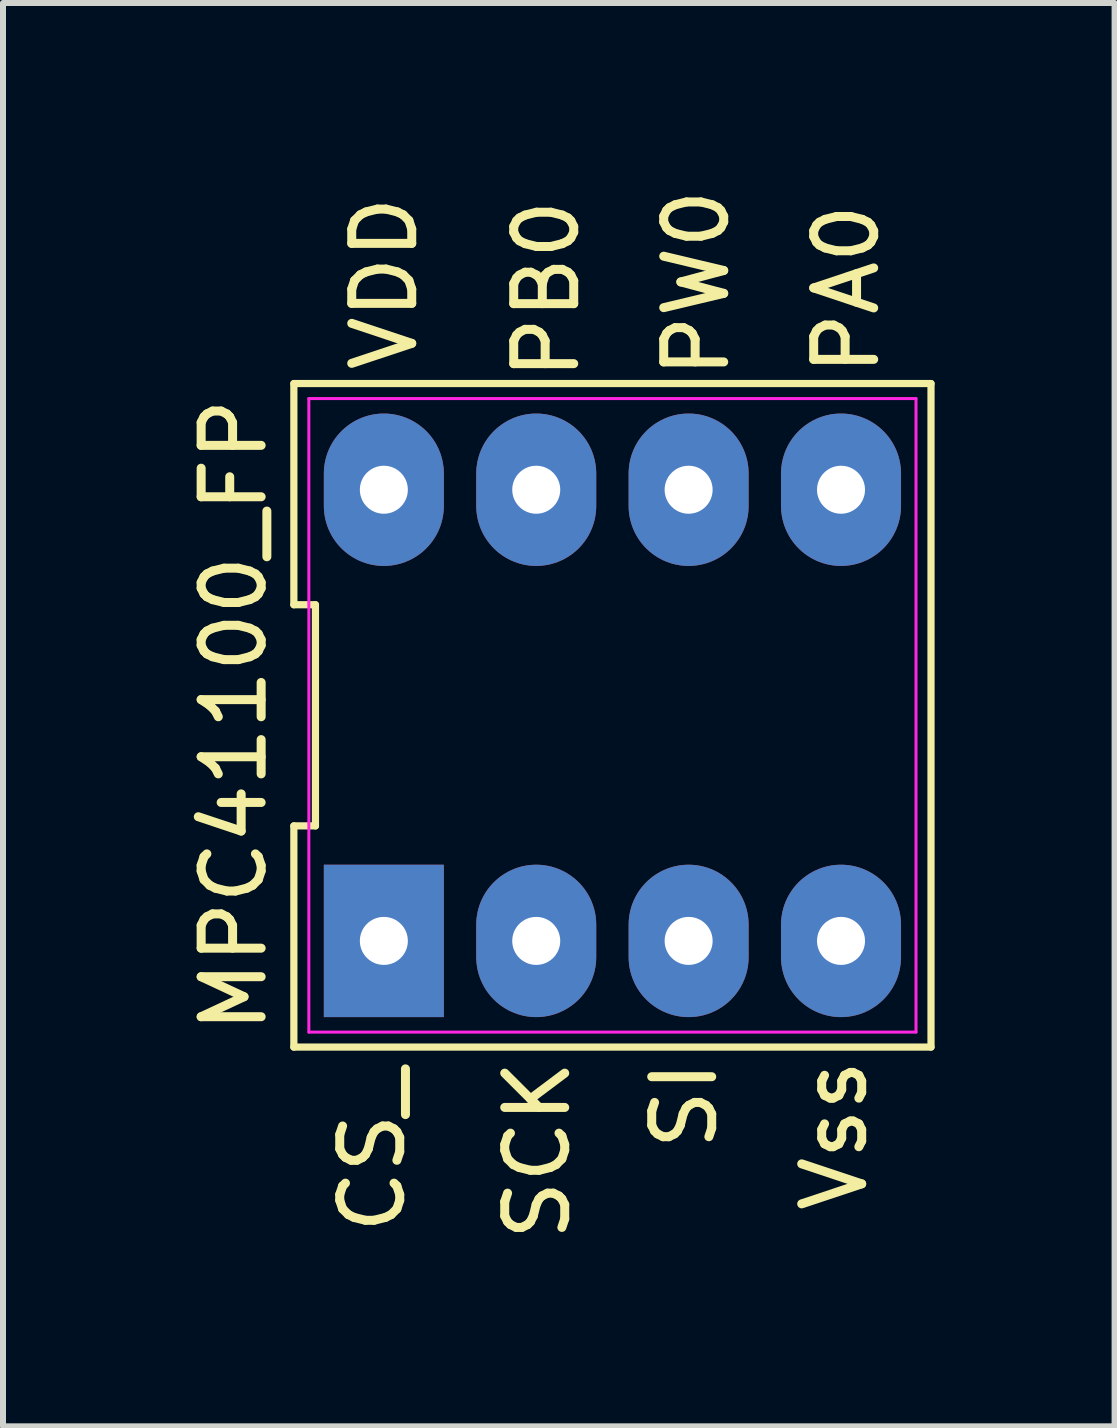
<source format=kicad_pcb>
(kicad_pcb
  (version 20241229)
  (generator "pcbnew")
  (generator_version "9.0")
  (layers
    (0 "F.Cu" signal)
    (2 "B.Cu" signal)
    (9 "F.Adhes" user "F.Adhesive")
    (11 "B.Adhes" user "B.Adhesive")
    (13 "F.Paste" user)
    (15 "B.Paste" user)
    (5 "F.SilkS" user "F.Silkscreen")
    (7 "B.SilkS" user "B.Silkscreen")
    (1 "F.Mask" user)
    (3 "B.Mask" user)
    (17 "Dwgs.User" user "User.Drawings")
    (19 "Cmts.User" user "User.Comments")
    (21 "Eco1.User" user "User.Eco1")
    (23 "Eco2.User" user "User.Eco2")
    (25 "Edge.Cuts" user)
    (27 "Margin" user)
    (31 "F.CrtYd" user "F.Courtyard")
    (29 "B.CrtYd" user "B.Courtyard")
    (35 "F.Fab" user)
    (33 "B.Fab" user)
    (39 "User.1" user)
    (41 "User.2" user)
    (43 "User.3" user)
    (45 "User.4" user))
  (footprint "MPC41100_FP"
    (layer "F.Cu")
    (at 7.158 8.873)
    (property "Reference" "MPC41100_FP" (at -6.31 0 90) (layer "F.SilkS") (effects (font (size 1 1) (thickness 0.15))))
    (attr through_hole)
    (fp_line (start -5.31 -5.53) (end -5.31 -1.843) (stroke (width 0.12) (type solid)) (layer "F.SilkS"))
    (fp_line (start -5.31 -1.843) (end -4.95 -1.843) (stroke (width 0.12) (type solid)) (layer "F.SilkS"))
    (fp_line (start -5.31 1.843) (end -5.31 5.53) (stroke (width 0.12) (type solid)) (layer "F.SilkS"))
    (fp_line (start -5.31 5.53) (end 5.31 5.53) (stroke (width 0.12) (type solid)) (layer "F.SilkS"))
    (fp_line (start -4.95 -1.843) (end -4.95 1.843) (stroke (width 0.12) (type solid)) (layer "F.SilkS"))
    (fp_line (start -4.95 1.843) (end -5.31 1.843) (stroke (width 0.12) (type solid)) (layer "F.SilkS"))
    (fp_line (start 5.31 -5.53) (end -5.31 -5.53) (stroke (width 0.12) (type solid)) (layer "F.SilkS"))
    (fp_line (start 5.31 5.53) (end 5.31 -5.53) (stroke (width 0.12) (type solid)) (layer "F.SilkS"))
    (fp_line (start -5.06 -5.28) (end 5.06 -5.28) (stroke (width 0.05) (type solid)) (layer "F.CrtYd"))
    (fp_line (start -5.06 5.28) (end -5.06 -5.28) (stroke (width 0.05) (type solid)) (layer "F.CrtYd"))
    (fp_line (start 5.06 -5.28) (end 5.06 5.28) (stroke (width 0.05) (type solid)) (layer "F.CrtYd"))
    (fp_line (start 5.06 5.28) (end -5.06 5.28) (stroke (width 0.05) (type solid)) (layer "F.CrtYd"))
    (fp_text user "SCK" (at -1.25 7.25 90) (unlocked yes) (layer "F.SilkS") (effects (font (size 1 1) (thickness 0.15))))
    (fp_text user "SI" (at 1.2 6.5 90) (unlocked yes) (layer "F.SilkS") (effects (font (size 1 1) (thickness 0.15))))
    (fp_text user "PB0" (at -1.1 -7.1 90) (unlocked yes) (layer "F.SilkS") (effects (font (size 1 1) (thickness 0.15))))
    (fp_text user "VDD" (at -3.8 -7.2 90) (unlocked yes) (layer "F.SilkS") (effects (font (size 1 1) (thickness 0.15))))
    (fp_text user "Vss" (at 3.7 7 90) (unlocked yes) (layer "F.SilkS") (effects (font (size 1 1) (thickness 0.15))))
    (fp_text user "PW0" (at 1.4 -7.2 90) (unlocked yes) (layer "F.SilkS") (effects (font (size 1 1) (thickness 0.15))))
    (fp_text user "PA0" (at 3.9 -7.1 90) (unlocked yes) (layer "F.SilkS") (effects (font (size 1 1) (thickness 0.15))))
    (fp_text user "CS_" (at -4 7.25 90) (unlocked yes) (layer "F.SilkS") (effects (font (size 1 1) (thickness 0.15))))
    (pad "1" thru_hole rect (at -3.81 3.76) (size 2 2.54) (drill 0.8) (layers "*.Cu" "*.Mask"))
    (pad "2" thru_hole oval (at -1.27 3.76) (size 2 2.54) (drill 0.8) (layers "*.Cu" "*.Mask"))
    (pad "3" thru_hole oval (at 1.27 3.76) (size 2 2.54) (drill 0.8) (layers "*.Cu" "*.Mask"))
    (pad "4" thru_hole oval (at 3.81 3.76) (size 2 2.54) (drill 0.8) (layers "*.Cu" "*.Mask"))
    (pad "5" thru_hole oval (at 3.81 -3.76) (size 2 2.54) (drill 0.8) (layers "*.Cu" "*.Mask"))
    (pad "6" thru_hole oval (at 1.27 -3.76) (size 2 2.54) (drill 0.8) (layers "*.Cu" "*.Mask"))
    (pad "7" thru_hole oval (at -1.27 -3.76) (size 2 2.54) (drill 0.8) (layers "*.Cu" "*.Mask"))
    (pad "8" thru_hole oval (at -3.81 -3.76) (size 2 2.54) (drill 0.8) (layers "*.Cu" "*.Mask")))
  (gr_rect
    (start -3 -3)
    (end 15.528 20.724)
    (stroke (width 0.1) (type default))
    (fill no)
    (layer "Edge.Cuts")))
</source>
